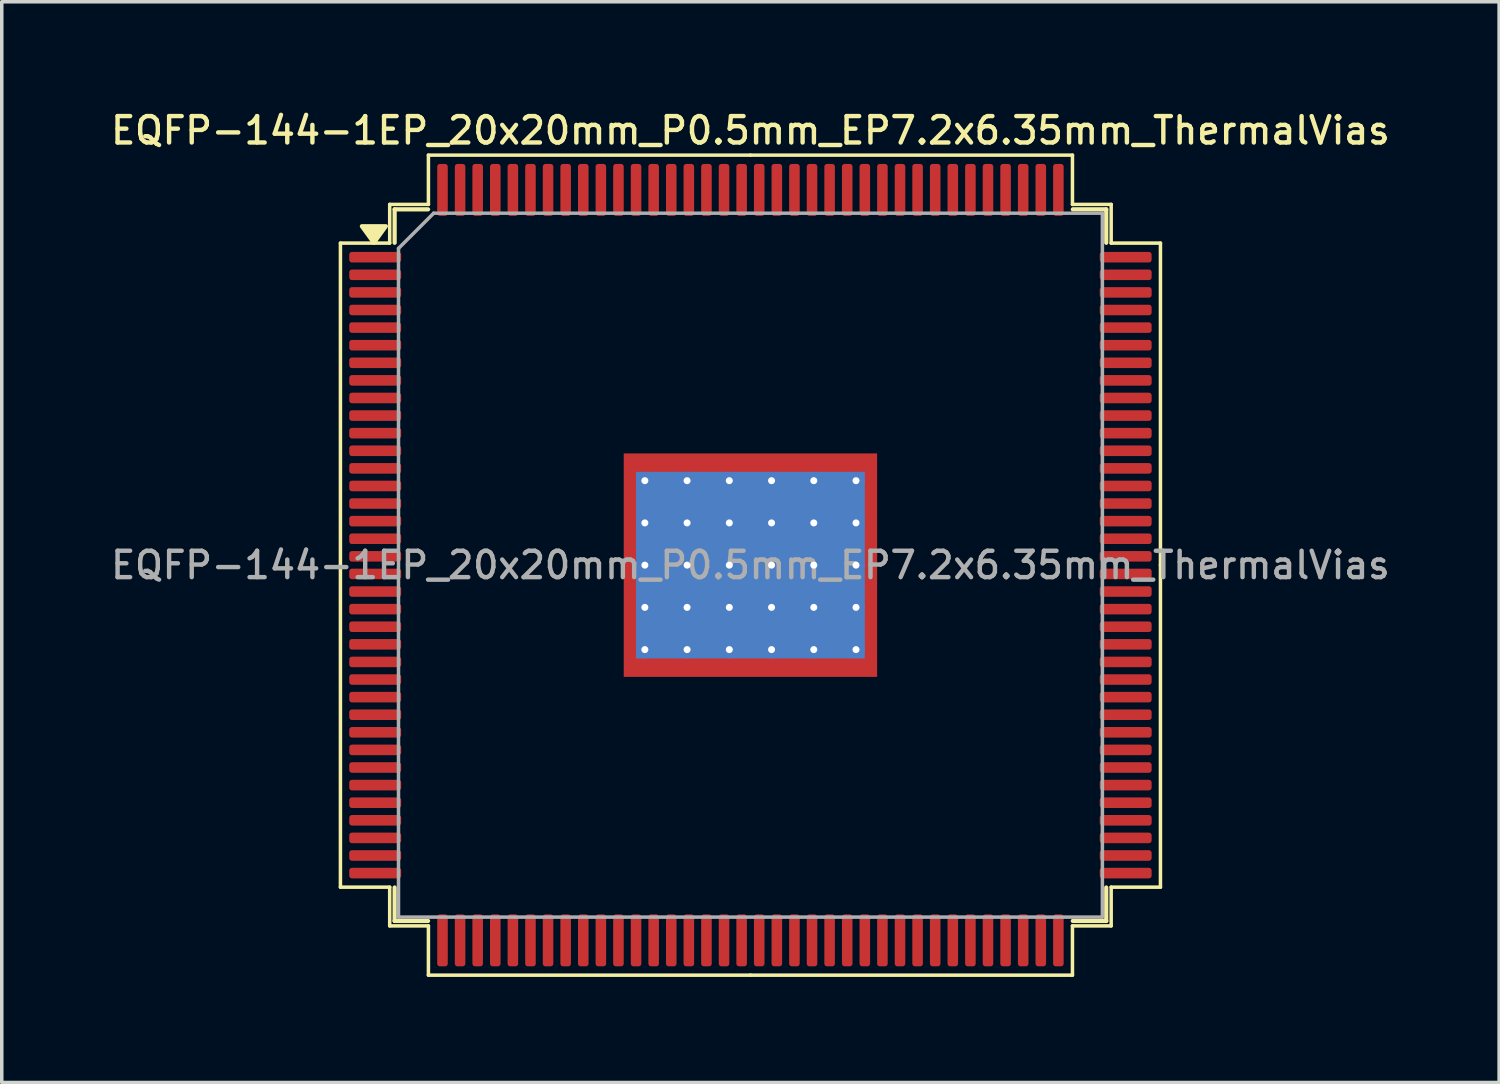
<source format=kicad_pcb>
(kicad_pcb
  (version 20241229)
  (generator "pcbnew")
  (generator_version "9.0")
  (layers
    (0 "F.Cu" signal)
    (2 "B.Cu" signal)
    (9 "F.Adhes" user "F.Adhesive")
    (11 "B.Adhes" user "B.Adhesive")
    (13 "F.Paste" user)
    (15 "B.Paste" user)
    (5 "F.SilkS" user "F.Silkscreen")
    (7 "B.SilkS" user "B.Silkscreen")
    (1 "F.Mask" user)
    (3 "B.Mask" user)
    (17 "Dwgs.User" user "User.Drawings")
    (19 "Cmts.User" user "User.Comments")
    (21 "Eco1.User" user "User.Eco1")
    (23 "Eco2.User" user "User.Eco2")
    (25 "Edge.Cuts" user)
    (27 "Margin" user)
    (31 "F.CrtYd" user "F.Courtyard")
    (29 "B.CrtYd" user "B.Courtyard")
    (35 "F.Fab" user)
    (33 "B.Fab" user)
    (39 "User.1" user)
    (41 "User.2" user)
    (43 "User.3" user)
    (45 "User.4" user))
  (footprint "EQFP-144-1EP_20x20mm_P0.5mm_EP7.2x6.35mm_ThermalVias"
    (layer "F.Cu")
    (at 18.273 13.008)
    (property "Reference" "EQFP-144-1EP_20x20mm_P0.5mm_EP7.2x6.35mm_ThermalVias" (at 0 -12.35 0) (layer "F.SilkS") (effects (font (size 0.75 0.75) (thickness 0.125))))
    (attr smd)
    (fp_line (start -11.65 -9.15) (end -11.65 0) (stroke (width 0.1) (type solid)) (layer "F.SilkS"))
    (fp_line (start -11.65 9.15) (end -11.65 0) (stroke (width 0.1) (type solid)) (layer "F.SilkS"))
    (fp_line (start -10.25 -10.25) (end -10.25 -9.15) (stroke (width 0.1) (type solid)) (layer "F.SilkS"))
    (fp_line (start -10.25 -9.15) (end -11.65 -9.15) (stroke (width 0.1) (type solid)) (layer "F.SilkS"))
    (fp_line (start -10.25 9.15) (end -11.65 9.15) (stroke (width 0.1) (type solid)) (layer "F.SilkS"))
    (fp_line (start -10.25 10.25) (end -10.25 9.15) (stroke (width 0.1) (type solid)) (layer "F.SilkS"))
    (fp_line (start -10.11 -10.11) (end -10.11 -9.16) (stroke (width 0.12) (type solid)) (layer "F.SilkS"))
    (fp_line (start -10.11 10.11) (end -10.11 9.16) (stroke (width 0.12) (type solid)) (layer "F.SilkS"))
    (fp_line (start -9.16 -10.11) (end -10.11 -10.11) (stroke (width 0.12) (type solid)) (layer "F.SilkS"))
    (fp_line (start -9.16 10.11) (end -10.11 10.11) (stroke (width 0.12) (type solid)) (layer "F.SilkS"))
    (fp_line (start -9.15 -11.65) (end -9.15 -10.25) (stroke (width 0.1) (type solid)) (layer "F.SilkS"))
    (fp_line (start -9.15 -10.25) (end -10.25 -10.25) (stroke (width 0.1) (type solid)) (layer "F.SilkS"))
    (fp_line (start -9.15 10.25) (end -10.25 10.25) (stroke (width 0.1) (type solid)) (layer "F.SilkS"))
    (fp_line (start -9.15 11.65) (end -9.15 10.25) (stroke (width 0.1) (type solid)) (layer "F.SilkS"))
    (fp_line (start 0 -11.65) (end -9.15 -11.65) (stroke (width 0.1) (type solid)) (layer "F.SilkS"))
    (fp_line (start 0 -11.65) (end 9.15 -11.65) (stroke (width 0.1) (type solid)) (layer "F.SilkS"))
    (fp_line (start 0 11.65) (end -9.15 11.65) (stroke (width 0.1) (type solid)) (layer "F.SilkS"))
    (fp_line (start 0 11.65) (end 9.15 11.65) (stroke (width 0.1) (type solid)) (layer "F.SilkS"))
    (fp_line (start 9.15 -11.65) (end 9.15 -10.25) (stroke (width 0.1) (type solid)) (layer "F.SilkS"))
    (fp_line (start 9.15 -10.25) (end 10.25 -10.25) (stroke (width 0.1) (type solid)) (layer "F.SilkS"))
    (fp_line (start 9.15 10.25) (end 10.25 10.25) (stroke (width 0.1) (type solid)) (layer "F.SilkS"))
    (fp_line (start 9.15 11.65) (end 9.15 10.25) (stroke (width 0.1) (type solid)) (layer "F.SilkS"))
    (fp_line (start 9.16 -10.11) (end 10.11 -10.11) (stroke (width 0.12) (type solid)) (layer "F.SilkS"))
    (fp_line (start 9.16 10.11) (end 10.11 10.11) (stroke (width 0.12) (type solid)) (layer "F.SilkS"))
    (fp_line (start 10.11 -10.11) (end 10.11 -9.16) (stroke (width 0.12) (type solid)) (layer "F.SilkS"))
    (fp_line (start 10.11 10.11) (end 10.11 9.16) (stroke (width 0.12) (type solid)) (layer "F.SilkS"))
    (fp_line (start 10.25 -10.25) (end 10.25 -9.15) (stroke (width 0.1) (type solid)) (layer "F.SilkS"))
    (fp_line (start 10.25 -9.15) (end 11.65 -9.15) (stroke (width 0.1) (type solid)) (layer "F.SilkS"))
    (fp_line (start 10.25 9.15) (end 11.65 9.15) (stroke (width 0.1) (type solid)) (layer "F.SilkS"))
    (fp_line (start 10.25 10.25) (end 10.25 9.15) (stroke (width 0.1) (type solid)) (layer "F.SilkS"))
    (fp_line (start 11.65 -9.15) (end 11.65 0) (stroke (width 0.1) (type solid)) (layer "F.SilkS"))
    (fp_line (start 11.65 9.15) (end 11.65 0) (stroke (width 0.1) (type solid)) (layer "F.SilkS"))
    (fp_poly (pts (xy -10.7 -9.16) (xy -11.04 -9.63) (xy -10.36 -9.63) (xy -10.7 -9.16)) (stroke (width 0.12) (type solid)) (fill yes) (layer "F.SilkS"))
    (fp_line (start -10 -9) (end -9 -10) (stroke (width 0.1) (type solid)) (layer "F.Fab"))
    (fp_line (start -10 10) (end -10 -9) (stroke (width 0.1) (type solid)) (layer "F.Fab"))
    (fp_line (start -9 -10) (end 10 -10) (stroke (width 0.1) (type solid)) (layer "F.Fab"))
    (fp_line (start 10 -10) (end 10 10) (stroke (width 0.1) (type solid)) (layer "F.Fab"))
    (fp_line (start 10 10) (end -10 10) (stroke (width 0.1) (type solid)) (layer "F.Fab"))
    (fp_text user "${REFERENCE}" (at 0 0 0) (layer "F.Fab") (effects (font (size 0.75 0.75) (thickness 0.125))))
    (pad "" smd custom (at -3.3 -2.788) (size 0.378 0.378) (layers "F.Paste") (options (anchor circle)) (primitives (gr_poly (pts (xy -0.136 -0.207) (xy 0.136 -0.207) (xy 0.136 0.119) (xy 0.048 0.207) (xy -0.136 0.207)) (width 0.212) (fill yes))))
    (pad "" smd custom (at -3.3 -1.8) (size 0.407 0.407) (layers "F.Paste") (options (anchor circle)) (primitives (gr_poly (pts (xy -0.165 -0.407) (xy 0.102 -0.407) (xy 0.165 -0.344) (xy 0.165 0.344) (xy 0.102 0.407) (xy -0.165 0.407)) (width 0.153) (fill yes))))
    (pad "" smd custom (at -3.3 -0.6) (size 0.407 0.407) (layers "F.Paste") (options (anchor circle)) (primitives (gr_poly (pts (xy -0.165 -0.407) (xy 0.102 -0.407) (xy 0.165 -0.344) (xy 0.165 0.344) (xy 0.102 0.407) (xy -0.165 0.407)) (width 0.153) (fill yes))))
    (pad "" smd custom (at -3.3 0.6) (size 0.407 0.407) (layers "F.Paste") (options (anchor circle)) (primitives (gr_poly (pts (xy -0.165 -0.407) (xy 0.102 -0.407) (xy 0.165 -0.344) (xy 0.165 0.344) (xy 0.102 0.407) (xy -0.165 0.407)) (width 0.153) (fill yes))))
    (pad "" smd custom (at -3.3 1.8) (size 0.407 0.407) (layers "F.Paste") (options (anchor circle)) (primitives (gr_poly (pts (xy -0.165 -0.407) (xy 0.102 -0.407) (xy 0.165 -0.344) (xy 0.165 0.344) (xy 0.102 0.407) (xy -0.165 0.407)) (width 0.153) (fill yes))))
    (pad "" smd custom (at -3.3 2.788) (size 0.378 0.378) (layers "F.Paste") (options (anchor circle)) (primitives (gr_poly (pts (xy -0.136 -0.207) (xy 0.048 -0.207) (xy 0.136 -0.119) (xy 0.136 0.207) (xy -0.136 0.207)) (width 0.212) (fill yes))))
    (pad "" smd roundrect (at -2.4 -2.788) (size 0.967 0.625) (layers "F.Paste") (roundrect_rratio 0.25))
    (pad "" smd roundrect (at -2.4 -1.8) (size 0.967 0.967) (layers "F.Paste") (roundrect_rratio 0.25))
    (pad "" smd roundrect (at -2.4 -0.6) (size 0.967 0.967) (layers "F.Paste") (roundrect_rratio 0.25))
    (pad "" smd roundrect (at -2.4 0.6) (size 0.967 0.967) (layers "F.Paste") (roundrect_rratio 0.25))
    (pad "" smd roundrect (at -2.4 1.8) (size 0.967 0.967) (layers "F.Paste") (roundrect_rratio 0.25))
    (pad "" smd roundrect (at -2.4 2.788) (size 0.967 0.625) (layers "F.Paste") (roundrect_rratio 0.25))
    (pad "" smd roundrect (at -1.2 -2.788) (size 0.967 0.625) (layers "F.Paste") (roundrect_rratio 0.25))
    (pad "" smd roundrect (at -1.2 -1.8) (size 0.967 0.967) (layers "F.Paste") (roundrect_rratio 0.25))
    (pad "" smd roundrect (at -1.2 -0.6) (size 0.967 0.967) (layers "F.Paste") (roundrect_rratio 0.25))
    (pad "" smd roundrect (at -1.2 0.6) (size 0.967 0.967) (layers "F.Paste") (roundrect_rratio 0.25))
    (pad "" smd roundrect (at -1.2 1.8) (size 0.967 0.967) (layers "F.Paste") (roundrect_rratio 0.25))
    (pad "" smd roundrect (at -1.2 2.788) (size 0.967 0.625) (layers "F.Paste") (roundrect_rratio 0.25))
    (pad "" smd roundrect (at 0 -2.788) (size 0.967 0.625) (layers "F.Paste") (roundrect_rratio 0.25))
    (pad "" smd roundrect (at 0 -1.8) (size 0.967 0.967) (layers "F.Paste") (roundrect_rratio 0.25))
    (pad "" smd roundrect (at 0 -0.6) (size 0.967 0.967) (layers "F.Paste") (roundrect_rratio 0.25))
    (pad "" smd roundrect (at 0 0.6) (size 0.967 0.967) (layers "F.Paste") (roundrect_rratio 0.25))
    (pad "" smd roundrect (at 0 1.8) (size 0.967 0.967) (layers "F.Paste") (roundrect_rratio 0.25))
    (pad "" smd roundrect (at 0 2.788) (size 0.967 0.625) (layers "F.Paste") (roundrect_rratio 0.25))
    (pad "" smd roundrect (at 1.2 -2.788) (size 0.967 0.625) (layers "F.Paste") (roundrect_rratio 0.25))
    (pad "" smd roundrect (at 1.2 -1.8) (size 0.967 0.967) (layers "F.Paste") (roundrect_rratio 0.25))
    (pad "" smd roundrect (at 1.2 -0.6) (size 0.967 0.967) (layers "F.Paste") (roundrect_rratio 0.25))
    (pad "" smd roundrect (at 1.2 0.6) (size 0.967 0.967) (layers "F.Paste") (roundrect_rratio 0.25))
    (pad "" smd roundrect (at 1.2 1.8) (size 0.967 0.967) (layers "F.Paste") (roundrect_rratio 0.25))
    (pad "" smd roundrect (at 1.2 2.788) (size 0.967 0.625) (layers "F.Paste") (roundrect_rratio 0.25))
    (pad "" smd roundrect (at 2.4 -2.788) (size 0.967 0.625) (layers "F.Paste") (roundrect_rratio 0.25))
    (pad "" smd roundrect (at 2.4 -1.8) (size 0.967 0.967) (layers "F.Paste") (roundrect_rratio 0.25))
    (pad "" smd roundrect (at 2.4 -0.6) (size 0.967 0.967) (layers "F.Paste") (roundrect_rratio 0.25))
    (pad "" smd roundrect (at 2.4 0.6) (size 0.967 0.967) (layers "F.Paste") (roundrect_rratio 0.25))
    (pad "" smd roundrect (at 2.4 1.8) (size 0.967 0.967) (layers "F.Paste") (roundrect_rratio 0.25))
    (pad "" smd roundrect (at 2.4 2.788) (size 0.967 0.625) (layers "F.Paste") (roundrect_rratio 0.25))
    (pad "" smd custom (at 3.3 -2.788) (size 0.378 0.378) (layers "F.Paste") (options (anchor circle)) (primitives (gr_poly (pts (xy -0.136 -0.207) (xy 0.136 -0.207) (xy 0.136 0.207) (xy -0.048 0.207) (xy -0.136 0.119)) (width 0.212) (fill yes))))
    (pad "" smd custom (at 3.3 -1.8) (size 0.407 0.407) (layers "F.Paste") (options (anchor circle)) (primitives (gr_poly (pts (xy -0.165 -0.344) (xy -0.102 -0.407) (xy 0.165 -0.407) (xy 0.165 0.407) (xy -0.102 0.407) (xy -0.165 0.344)) (width 0.153) (fill yes))))
    (pad "" smd custom (at 3.3 -0.6) (size 0.407 0.407) (layers "F.Paste") (options (anchor circle)) (primitives (gr_poly (pts (xy -0.165 -0.344) (xy -0.102 -0.407) (xy 0.165 -0.407) (xy 0.165 0.407) (xy -0.102 0.407) (xy -0.165 0.344)) (width 0.153) (fill yes))))
    (pad "" smd custom (at 3.3 0.6) (size 0.407 0.407) (layers "F.Paste") (options (anchor circle)) (primitives (gr_poly (pts (xy -0.165 -0.344) (xy -0.102 -0.407) (xy 0.165 -0.407) (xy 0.165 0.407) (xy -0.102 0.407) (xy -0.165 0.344)) (width 0.153) (fill yes))))
    (pad "" smd custom (at 3.3 1.8) (size 0.407 0.407) (layers "F.Paste") (options (anchor circle)) (primitives (gr_poly (pts (xy -0.165 -0.344) (xy -0.102 -0.407) (xy 0.165 -0.407) (xy 0.165 0.407) (xy -0.102 0.407) (xy -0.165 0.344)) (width 0.153) (fill yes))))
    (pad "" smd custom (at 3.3 2.788) (size 0.378 0.378) (layers "F.Paste") (options (anchor circle)) (primitives (gr_poly (pts (xy -0.136 -0.119) (xy -0.048 -0.207) (xy 0.136 -0.207) (xy 0.136 0.207) (xy -0.136 0.207)) (width 0.212) (fill yes))))
    (pad "1" smd roundrect (at -10.662 -8.75) (size 1.475 0.3) (layers "F.Cu" "F.Mask" "F.Paste") (roundrect_rratio 0.25))
    (pad "2" smd roundrect (at -10.662 -8.25) (size 1.475 0.3) (layers "F.Cu" "F.Mask" "F.Paste") (roundrect_rratio 0.25))
    (pad "3" smd roundrect (at -10.662 -7.75) (size 1.475 0.3) (layers "F.Cu" "F.Mask" "F.Paste") (roundrect_rratio 0.25))
    (pad "4" smd roundrect (at -10.662 -7.25) (size 1.475 0.3) (layers "F.Cu" "F.Mask" "F.Paste") (roundrect_rratio 0.25))
    (pad "5" smd roundrect (at -10.662 -6.75) (size 1.475 0.3) (layers "F.Cu" "F.Mask" "F.Paste") (roundrect_rratio 0.25))
    (pad "6" smd roundrect (at -10.662 -6.25) (size 1.475 0.3) (layers "F.Cu" "F.Mask" "F.Paste") (roundrect_rratio 0.25))
    (pad "7" smd roundrect (at -10.662 -5.75) (size 1.475 0.3) (layers "F.Cu" "F.Mask" "F.Paste") (roundrect_rratio 0.25))
    (pad "8" smd roundrect (at -10.662 -5.25) (size 1.475 0.3) (layers "F.Cu" "F.Mask" "F.Paste") (roundrect_rratio 0.25))
    (pad "9" smd roundrect (at -10.662 -4.75) (size 1.475 0.3) (layers "F.Cu" "F.Mask" "F.Paste") (roundrect_rratio 0.25))
    (pad "10" smd roundrect (at -10.662 -4.25) (size 1.475 0.3) (layers "F.Cu" "F.Mask" "F.Paste") (roundrect_rratio 0.25))
    (pad "11" smd roundrect (at -10.662 -3.75) (size 1.475 0.3) (layers "F.Cu" "F.Mask" "F.Paste") (roundrect_rratio 0.25))
    (pad "12" smd roundrect (at -10.662 -3.25) (size 1.475 0.3) (layers "F.Cu" "F.Mask" "F.Paste") (roundrect_rratio 0.25))
    (pad "13" smd roundrect (at -10.662 -2.75) (size 1.475 0.3) (layers "F.Cu" "F.Mask" "F.Paste") (roundrect_rratio 0.25))
    (pad "14" smd roundrect (at -10.662 -2.25) (size 1.475 0.3) (layers "F.Cu" "F.Mask" "F.Paste") (roundrect_rratio 0.25))
    (pad "15" smd roundrect (at -10.662 -1.75) (size 1.475 0.3) (layers "F.Cu" "F.Mask" "F.Paste") (roundrect_rratio 0.25))
    (pad "16" smd roundrect (at -10.662 -1.25) (size 1.475 0.3) (layers "F.Cu" "F.Mask" "F.Paste") (roundrect_rratio 0.25))
    (pad "17" smd roundrect (at -10.662 -0.75) (size 1.475 0.3) (layers "F.Cu" "F.Mask" "F.Paste") (roundrect_rratio 0.25))
    (pad "18" smd roundrect (at -10.662 -0.25) (size 1.475 0.3) (layers "F.Cu" "F.Mask" "F.Paste") (roundrect_rratio 0.25))
    (pad "19" smd roundrect (at -10.662 0.25) (size 1.475 0.3) (layers "F.Cu" "F.Mask" "F.Paste") (roundrect_rratio 0.25))
    (pad "20" smd roundrect (at -10.662 0.75) (size 1.475 0.3) (layers "F.Cu" "F.Mask" "F.Paste") (roundrect_rratio 0.25))
    (pad "21" smd roundrect (at -10.662 1.25) (size 1.475 0.3) (layers "F.Cu" "F.Mask" "F.Paste") (roundrect_rratio 0.25))
    (pad "22" smd roundrect (at -10.662 1.75) (size 1.475 0.3) (layers "F.Cu" "F.Mask" "F.Paste") (roundrect_rratio 0.25))
    (pad "23" smd roundrect (at -10.662 2.25) (size 1.475 0.3) (layers "F.Cu" "F.Mask" "F.Paste") (roundrect_rratio 0.25))
    (pad "24" smd roundrect (at -10.662 2.75) (size 1.475 0.3) (layers "F.Cu" "F.Mask" "F.Paste") (roundrect_rratio 0.25))
    (pad "25" smd roundrect (at -10.662 3.25) (size 1.475 0.3) (layers "F.Cu" "F.Mask" "F.Paste") (roundrect_rratio 0.25))
    (pad "26" smd roundrect (at -10.662 3.75) (size 1.475 0.3) (layers "F.Cu" "F.Mask" "F.Paste") (roundrect_rratio 0.25))
    (pad "27" smd roundrect (at -10.662 4.25) (size 1.475 0.3) (layers "F.Cu" "F.Mask" "F.Paste") (roundrect_rratio 0.25))
    (pad "28" smd roundrect (at -10.662 4.75) (size 1.475 0.3) (layers "F.Cu" "F.Mask" "F.Paste") (roundrect_rratio 0.25))
    (pad "29" smd roundrect (at -10.662 5.25) (size 1.475 0.3) (layers "F.Cu" "F.Mask" "F.Paste") (roundrect_rratio 0.25))
    (pad "30" smd roundrect (at -10.662 5.75) (size 1.475 0.3) (layers "F.Cu" "F.Mask" "F.Paste") (roundrect_rratio 0.25))
    (pad "31" smd roundrect (at -10.662 6.25) (size 1.475 0.3) (layers "F.Cu" "F.Mask" "F.Paste") (roundrect_rratio 0.25))
    (pad "32" smd roundrect (at -10.662 6.75) (size 1.475 0.3) (layers "F.Cu" "F.Mask" "F.Paste") (roundrect_rratio 0.25))
    (pad "33" smd roundrect (at -10.662 7.25) (size 1.475 0.3) (layers "F.Cu" "F.Mask" "F.Paste") (roundrect_rratio 0.25))
    (pad "34" smd roundrect (at -10.662 7.75) (size 1.475 0.3) (layers "F.Cu" "F.Mask" "F.Paste") (roundrect_rratio 0.25))
    (pad "35" smd roundrect (at -10.662 8.25) (size 1.475 0.3) (layers "F.Cu" "F.Mask" "F.Paste") (roundrect_rratio 0.25))
    (pad "36" smd roundrect (at -10.662 8.75) (size 1.475 0.3) (layers "F.Cu" "F.Mask" "F.Paste") (roundrect_rratio 0.25))
    (pad "37" smd roundrect (at -8.75 10.662) (size 0.3 1.475) (layers "F.Cu" "F.Mask" "F.Paste") (roundrect_rratio 0.25))
    (pad "38" smd roundrect (at -8.25 10.662) (size 0.3 1.475) (layers "F.Cu" "F.Mask" "F.Paste") (roundrect_rratio 0.25))
    (pad "39" smd roundrect (at -7.75 10.662) (size 0.3 1.475) (layers "F.Cu" "F.Mask" "F.Paste") (roundrect_rratio 0.25))
    (pad "40" smd roundrect (at -7.25 10.662) (size 0.3 1.475) (layers "F.Cu" "F.Mask" "F.Paste") (roundrect_rratio 0.25))
    (pad "41" smd roundrect (at -6.75 10.662) (size 0.3 1.475) (layers "F.Cu" "F.Mask" "F.Paste") (roundrect_rratio 0.25))
    (pad "42" smd roundrect (at -6.25 10.662) (size 0.3 1.475) (layers "F.Cu" "F.Mask" "F.Paste") (roundrect_rratio 0.25))
    (pad "43" smd roundrect (at -5.75 10.662) (size 0.3 1.475) (layers "F.Cu" "F.Mask" "F.Paste") (roundrect_rratio 0.25))
    (pad "44" smd roundrect (at -5.25 10.662) (size 0.3 1.475) (layers "F.Cu" "F.Mask" "F.Paste") (roundrect_rratio 0.25))
    (pad "45" smd roundrect (at -4.75 10.662) (size 0.3 1.475) (layers "F.Cu" "F.Mask" "F.Paste") (roundrect_rratio 0.25))
    (pad "46" smd roundrect (at -4.25 10.662) (size 0.3 1.475) (layers "F.Cu" "F.Mask" "F.Paste") (roundrect_rratio 0.25))
    (pad "47" smd roundrect (at -3.75 10.662) (size 0.3 1.475) (layers "F.Cu" "F.Mask" "F.Paste") (roundrect_rratio 0.25))
    (pad "48" smd roundrect (at -3.25 10.662) (size 0.3 1.475) (layers "F.Cu" "F.Mask" "F.Paste") (roundrect_rratio 0.25))
    (pad "49" smd roundrect (at -2.75 10.662) (size 0.3 1.475) (layers "F.Cu" "F.Mask" "F.Paste") (roundrect_rratio 0.25))
    (pad "50" smd roundrect (at -2.25 10.662) (size 0.3 1.475) (layers "F.Cu" "F.Mask" "F.Paste") (roundrect_rratio 0.25))
    (pad "51" smd roundrect (at -1.75 10.662) (size 0.3 1.475) (layers "F.Cu" "F.Mask" "F.Paste") (roundrect_rratio 0.25))
    (pad "52" smd roundrect (at -1.25 10.662) (size 0.3 1.475) (layers "F.Cu" "F.Mask" "F.Paste") (roundrect_rratio 0.25))
    (pad "53" smd roundrect (at -0.75 10.662) (size 0.3 1.475) (layers "F.Cu" "F.Mask" "F.Paste") (roundrect_rratio 0.25))
    (pad "54" smd roundrect (at -0.25 10.662) (size 0.3 1.475) (layers "F.Cu" "F.Mask" "F.Paste") (roundrect_rratio 0.25))
    (pad "55" smd roundrect (at 0.25 10.662) (size 0.3 1.475) (layers "F.Cu" "F.Mask" "F.Paste") (roundrect_rratio 0.25))
    (pad "56" smd roundrect (at 0.75 10.662) (size 0.3 1.475) (layers "F.Cu" "F.Mask" "F.Paste") (roundrect_rratio 0.25))
    (pad "57" smd roundrect (at 1.25 10.662) (size 0.3 1.475) (layers "F.Cu" "F.Mask" "F.Paste") (roundrect_rratio 0.25))
    (pad "58" smd roundrect (at 1.75 10.662) (size 0.3 1.475) (layers "F.Cu" "F.Mask" "F.Paste") (roundrect_rratio 0.25))
    (pad "59" smd roundrect (at 2.25 10.662) (size 0.3 1.475) (layers "F.Cu" "F.Mask" "F.Paste") (roundrect_rratio 0.25))
    (pad "60" smd roundrect (at 2.75 10.662) (size 0.3 1.475) (layers "F.Cu" "F.Mask" "F.Paste") (roundrect_rratio 0.25))
    (pad "61" smd roundrect (at 3.25 10.662) (size 0.3 1.475) (layers "F.Cu" "F.Mask" "F.Paste") (roundrect_rratio 0.25))
    (pad "62" smd roundrect (at 3.75 10.662) (size 0.3 1.475) (layers "F.Cu" "F.Mask" "F.Paste") (roundrect_rratio 0.25))
    (pad "63" smd roundrect (at 4.25 10.662) (size 0.3 1.475) (layers "F.Cu" "F.Mask" "F.Paste") (roundrect_rratio 0.25))
    (pad "64" smd roundrect (at 4.75 10.662) (size 0.3 1.475) (layers "F.Cu" "F.Mask" "F.Paste") (roundrect_rratio 0.25))
    (pad "65" smd roundrect (at 5.25 10.662) (size 0.3 1.475) (layers "F.Cu" "F.Mask" "F.Paste") (roundrect_rratio 0.25))
    (pad "66" smd roundrect (at 5.75 10.662) (size 0.3 1.475) (layers "F.Cu" "F.Mask" "F.Paste") (roundrect_rratio 0.25))
    (pad "67" smd roundrect (at 6.25 10.662) (size 0.3 1.475) (layers "F.Cu" "F.Mask" "F.Paste") (roundrect_rratio 0.25))
    (pad "68" smd roundrect (at 6.75 10.662) (size 0.3 1.475) (layers "F.Cu" "F.Mask" "F.Paste") (roundrect_rratio 0.25))
    (pad "69" smd roundrect (at 7.25 10.662) (size 0.3 1.475) (layers "F.Cu" "F.Mask" "F.Paste") (roundrect_rratio 0.25))
    (pad "70" smd roundrect (at 7.75 10.662) (size 0.3 1.475) (layers "F.Cu" "F.Mask" "F.Paste") (roundrect_rratio 0.25))
    (pad "71" smd roundrect (at 8.25 10.662) (size 0.3 1.475) (layers "F.Cu" "F.Mask" "F.Paste") (roundrect_rratio 0.25))
    (pad "72" smd roundrect (at 8.75 10.662) (size 0.3 1.475) (layers "F.Cu" "F.Mask" "F.Paste") (roundrect_rratio 0.25))
    (pad "73" smd roundrect (at 10.662 8.75) (size 1.475 0.3) (layers "F.Cu" "F.Mask" "F.Paste") (roundrect_rratio 0.25))
    (pad "74" smd roundrect (at 10.662 8.25) (size 1.475 0.3) (layers "F.Cu" "F.Mask" "F.Paste") (roundrect_rratio 0.25))
    (pad "75" smd roundrect (at 10.662 7.75) (size 1.475 0.3) (layers "F.Cu" "F.Mask" "F.Paste") (roundrect_rratio 0.25))
    (pad "76" smd roundrect (at 10.662 7.25) (size 1.475 0.3) (layers "F.Cu" "F.Mask" "F.Paste") (roundrect_rratio 0.25))
    (pad "77" smd roundrect (at 10.662 6.75) (size 1.475 0.3) (layers "F.Cu" "F.Mask" "F.Paste") (roundrect_rratio 0.25))
    (pad "78" smd roundrect (at 10.662 6.25) (size 1.475 0.3) (layers "F.Cu" "F.Mask" "F.Paste") (roundrect_rratio 0.25))
    (pad "79" smd roundrect (at 10.662 5.75) (size 1.475 0.3) (layers "F.Cu" "F.Mask" "F.Paste") (roundrect_rratio 0.25))
    (pad "80" smd roundrect (at 10.662 5.25) (size 1.475 0.3) (layers "F.Cu" "F.Mask" "F.Paste") (roundrect_rratio 0.25))
    (pad "81" smd roundrect (at 10.662 4.75) (size 1.475 0.3) (layers "F.Cu" "F.Mask" "F.Paste") (roundrect_rratio 0.25))
    (pad "82" smd roundrect (at 10.662 4.25) (size 1.475 0.3) (layers "F.Cu" "F.Mask" "F.Paste") (roundrect_rratio 0.25))
    (pad "83" smd roundrect (at 10.662 3.75) (size 1.475 0.3) (layers "F.Cu" "F.Mask" "F.Paste") (roundrect_rratio 0.25))
    (pad "84" smd roundrect (at 10.662 3.25) (size 1.475 0.3) (layers "F.Cu" "F.Mask" "F.Paste") (roundrect_rratio 0.25))
    (pad "85" smd roundrect (at 10.662 2.75) (size 1.475 0.3) (layers "F.Cu" "F.Mask" "F.Paste") (roundrect_rratio 0.25))
    (pad "86" smd roundrect (at 10.662 2.25) (size 1.475 0.3) (layers "F.Cu" "F.Mask" "F.Paste") (roundrect_rratio 0.25))
    (pad "87" smd roundrect (at 10.662 1.75) (size 1.475 0.3) (layers "F.Cu" "F.Mask" "F.Paste") (roundrect_rratio 0.25))
    (pad "88" smd roundrect (at 10.662 1.25) (size 1.475 0.3) (layers "F.Cu" "F.Mask" "F.Paste") (roundrect_rratio 0.25))
    (pad "89" smd roundrect (at 10.662 0.75) (size 1.475 0.3) (layers "F.Cu" "F.Mask" "F.Paste") (roundrect_rratio 0.25))
    (pad "90" smd roundrect (at 10.662 0.25) (size 1.475 0.3) (layers "F.Cu" "F.Mask" "F.Paste") (roundrect_rratio 0.25))
    (pad "91" smd roundrect (at 10.662 -0.25) (size 1.475 0.3) (layers "F.Cu" "F.Mask" "F.Paste") (roundrect_rratio 0.25))
    (pad "92" smd roundrect (at 10.662 -0.75) (size 1.475 0.3) (layers "F.Cu" "F.Mask" "F.Paste") (roundrect_rratio 0.25))
    (pad "93" smd roundrect (at 10.662 -1.25) (size 1.475 0.3) (layers "F.Cu" "F.Mask" "F.Paste") (roundrect_rratio 0.25))
    (pad "94" smd roundrect (at 10.662 -1.75) (size 1.475 0.3) (layers "F.Cu" "F.Mask" "F.Paste") (roundrect_rratio 0.25))
    (pad "95" smd roundrect (at 10.662 -2.25) (size 1.475 0.3) (layers "F.Cu" "F.Mask" "F.Paste") (roundrect_rratio 0.25))
    (pad "96" smd roundrect (at 10.662 -2.75) (size 1.475 0.3) (layers "F.Cu" "F.Mask" "F.Paste") (roundrect_rratio 0.25))
    (pad "97" smd roundrect (at 10.662 -3.25) (size 1.475 0.3) (layers "F.Cu" "F.Mask" "F.Paste") (roundrect_rratio 0.25))
    (pad "98" smd roundrect (at 10.662 -3.75) (size 1.475 0.3) (layers "F.Cu" "F.Mask" "F.Paste") (roundrect_rratio 0.25))
    (pad "99" smd roundrect (at 10.662 -4.25) (size 1.475 0.3) (layers "F.Cu" "F.Mask" "F.Paste") (roundrect_rratio 0.25))
    (pad "100" smd roundrect (at 10.662 -4.75) (size 1.475 0.3) (layers "F.Cu" "F.Mask" "F.Paste") (roundrect_rratio 0.25))
    (pad "101" smd roundrect (at 10.662 -5.25) (size 1.475 0.3) (layers "F.Cu" "F.Mask" "F.Paste") (roundrect_rratio 0.25))
    (pad "102" smd roundrect (at 10.662 -5.75) (size 1.475 0.3) (layers "F.Cu" "F.Mask" "F.Paste") (roundrect_rratio 0.25))
    (pad "103" smd roundrect (at 10.662 -6.25) (size 1.475 0.3) (layers "F.Cu" "F.Mask" "F.Paste") (roundrect_rratio 0.25))
    (pad "104" smd roundrect (at 10.662 -6.75) (size 1.475 0.3) (layers "F.Cu" "F.Mask" "F.Paste") (roundrect_rratio 0.25))
    (pad "105" smd roundrect (at 10.662 -7.25) (size 1.475 0.3) (layers "F.Cu" "F.Mask" "F.Paste") (roundrect_rratio 0.25))
    (pad "106" smd roundrect (at 10.662 -7.75) (size 1.475 0.3) (layers "F.Cu" "F.Mask" "F.Paste") (roundrect_rratio 0.25))
    (pad "107" smd roundrect (at 10.662 -8.25) (size 1.475 0.3) (layers "F.Cu" "F.Mask" "F.Paste") (roundrect_rratio 0.25))
    (pad "108" smd roundrect (at 10.662 -8.75) (size 1.475 0.3) (layers "F.Cu" "F.Mask" "F.Paste") (roundrect_rratio 0.25))
    (pad "109" smd roundrect (at 8.75 -10.662) (size 0.3 1.475) (layers "F.Cu" "F.Mask" "F.Paste") (roundrect_rratio 0.25))
    (pad "110" smd roundrect (at 8.25 -10.662) (size 0.3 1.475) (layers "F.Cu" "F.Mask" "F.Paste") (roundrect_rratio 0.25))
    (pad "111" smd roundrect (at 7.75 -10.662) (size 0.3 1.475) (layers "F.Cu" "F.Mask" "F.Paste") (roundrect_rratio 0.25))
    (pad "112" smd roundrect (at 7.25 -10.662) (size 0.3 1.475) (layers "F.Cu" "F.Mask" "F.Paste") (roundrect_rratio 0.25))
    (pad "113" smd roundrect (at 6.75 -10.662) (size 0.3 1.475) (layers "F.Cu" "F.Mask" "F.Paste") (roundrect_rratio 0.25))
    (pad "114" smd roundrect (at 6.25 -10.662) (size 0.3 1.475) (layers "F.Cu" "F.Mask" "F.Paste") (roundrect_rratio 0.25))
    (pad "115" smd roundrect (at 5.75 -10.662) (size 0.3 1.475) (layers "F.Cu" "F.Mask" "F.Paste") (roundrect_rratio 0.25))
    (pad "116" smd roundrect (at 5.25 -10.662) (size 0.3 1.475) (layers "F.Cu" "F.Mask" "F.Paste") (roundrect_rratio 0.25))
    (pad "117" smd roundrect (at 4.75 -10.662) (size 0.3 1.475) (layers "F.Cu" "F.Mask" "F.Paste") (roundrect_rratio 0.25))
    (pad "118" smd roundrect (at 4.25 -10.662) (size 0.3 1.475) (layers "F.Cu" "F.Mask" "F.Paste") (roundrect_rratio 0.25))
    (pad "119" smd roundrect (at 3.75 -10.662) (size 0.3 1.475) (layers "F.Cu" "F.Mask" "F.Paste") (roundrect_rratio 0.25))
    (pad "120" smd roundrect (at 3.25 -10.662) (size 0.3 1.475) (layers "F.Cu" "F.Mask" "F.Paste") (roundrect_rratio 0.25))
    (pad "121" smd roundrect (at 2.75 -10.662) (size 0.3 1.475) (layers "F.Cu" "F.Mask" "F.Paste") (roundrect_rratio 0.25))
    (pad "122" smd roundrect (at 2.25 -10.662) (size 0.3 1.475) (layers "F.Cu" "F.Mask" "F.Paste") (roundrect_rratio 0.25))
    (pad "123" smd roundrect (at 1.75 -10.662) (size 0.3 1.475) (layers "F.Cu" "F.Mask" "F.Paste") (roundrect_rratio 0.25))
    (pad "124" smd roundrect (at 1.25 -10.662) (size 0.3 1.475) (layers "F.Cu" "F.Mask" "F.Paste") (roundrect_rratio 0.25))
    (pad "125" smd roundrect (at 0.75 -10.662) (size 0.3 1.475) (layers "F.Cu" "F.Mask" "F.Paste") (roundrect_rratio 0.25))
    (pad "126" smd roundrect (at 0.25 -10.662) (size 0.3 1.475) (layers "F.Cu" "F.Mask" "F.Paste") (roundrect_rratio 0.25))
    (pad "127" smd roundrect (at -0.25 -10.662) (size 0.3 1.475) (layers "F.Cu" "F.Mask" "F.Paste") (roundrect_rratio 0.25))
    (pad "128" smd roundrect (at -0.75 -10.662) (size 0.3 1.475) (layers "F.Cu" "F.Mask" "F.Paste") (roundrect_rratio 0.25))
    (pad "129" smd roundrect (at -1.25 -10.662) (size 0.3 1.475) (layers "F.Cu" "F.Mask" "F.Paste") (roundrect_rratio 0.25))
    (pad "130" smd roundrect (at -1.75 -10.662) (size 0.3 1.475) (layers "F.Cu" "F.Mask" "F.Paste") (roundrect_rratio 0.25))
    (pad "131" smd roundrect (at -2.25 -10.662) (size 0.3 1.475) (layers "F.Cu" "F.Mask" "F.Paste") (roundrect_rratio 0.25))
    (pad "132" smd roundrect (at -2.75 -10.662) (size 0.3 1.475) (layers "F.Cu" "F.Mask" "F.Paste") (roundrect_rratio 0.25))
    (pad "133" smd roundrect (at -3.25 -10.662) (size 0.3 1.475) (layers "F.Cu" "F.Mask" "F.Paste") (roundrect_rratio 0.25))
    (pad "134" smd roundrect (at -3.75 -10.662) (size 0.3 1.475) (layers "F.Cu" "F.Mask" "F.Paste") (roundrect_rratio 0.25))
    (pad "135" smd roundrect (at -4.25 -10.662) (size 0.3 1.475) (layers "F.Cu" "F.Mask" "F.Paste") (roundrect_rratio 0.25))
    (pad "136" smd roundrect (at -4.75 -10.662) (size 0.3 1.475) (layers "F.Cu" "F.Mask" "F.Paste") (roundrect_rratio 0.25))
    (pad "137" smd roundrect (at -5.25 -10.662) (size 0.3 1.475) (layers "F.Cu" "F.Mask" "F.Paste") (roundrect_rratio 0.25))
    (pad "138" smd roundrect (at -5.75 -10.662) (size 0.3 1.475) (layers "F.Cu" "F.Mask" "F.Paste") (roundrect_rratio 0.25))
    (pad "139" smd roundrect (at -6.25 -10.662) (size 0.3 1.475) (layers "F.Cu" "F.Mask" "F.Paste") (roundrect_rratio 0.25))
    (pad "140" smd roundrect (at -6.75 -10.662) (size 0.3 1.475) (layers "F.Cu" "F.Mask" "F.Paste") (roundrect_rratio 0.25))
    (pad "141" smd roundrect (at -7.25 -10.662) (size 0.3 1.475) (layers "F.Cu" "F.Mask" "F.Paste") (roundrect_rratio 0.25))
    (pad "142" smd roundrect (at -7.75 -10.662) (size 0.3 1.475) (layers "F.Cu" "F.Mask" "F.Paste") (roundrect_rratio 0.25))
    (pad "143" smd roundrect (at -8.25 -10.662) (size 0.3 1.475) (layers "F.Cu" "F.Mask" "F.Paste") (roundrect_rratio 0.25))
    (pad "144" smd roundrect (at -8.75 -10.662) (size 0.3 1.475) (layers "F.Cu" "F.Mask" "F.Paste") (roundrect_rratio 0.25))
    (pad "145" thru_hole circle (at -3 -2.4) (size 0.5 0.5) (drill 0.2) (property pad_prop_heatsink) (layers "*.Cu"))
    (pad "145" thru_hole circle (at -3 -1.2) (size 0.5 0.5) (drill 0.2) (property pad_prop_heatsink) (layers "*.Cu"))
    (pad "145" thru_hole circle (at -3 0) (size 0.5 0.5) (drill 0.2) (property pad_prop_heatsink) (layers "*.Cu"))
    (pad "145" thru_hole circle (at -3 1.2) (size 0.5 0.5) (drill 0.2) (property pad_prop_heatsink) (layers "*.Cu"))
    (pad "145" thru_hole circle (at -3 2.4) (size 0.5 0.5) (drill 0.2) (property pad_prop_heatsink) (layers "*.Cu"))
    (pad "145" thru_hole circle (at -1.8 -2.4) (size 0.5 0.5) (drill 0.2) (property pad_prop_heatsink) (layers "*.Cu"))
    (pad "145" thru_hole circle (at -1.8 -1.2) (size 0.5 0.5) (drill 0.2) (property pad_prop_heatsink) (layers "*.Cu"))
    (pad "145" thru_hole circle (at -1.8 0) (size 0.5 0.5) (drill 0.2) (property pad_prop_heatsink) (layers "*.Cu"))
    (pad "145" thru_hole circle (at -1.8 1.2) (size 0.5 0.5) (drill 0.2) (property pad_prop_heatsink) (layers "*.Cu"))
    (pad "145" thru_hole circle (at -1.8 2.4) (size 0.5 0.5) (drill 0.2) (property pad_prop_heatsink) (layers "*.Cu"))
    (pad "145" thru_hole circle (at -0.6 -2.4) (size 0.5 0.5) (drill 0.2) (property pad_prop_heatsink) (layers "*.Cu"))
    (pad "145" thru_hole circle (at -0.6 -1.2) (size 0.5 0.5) (drill 0.2) (property pad_prop_heatsink) (layers "*.Cu"))
    (pad "145" thru_hole circle (at -0.6 0) (size 0.5 0.5) (drill 0.2) (property pad_prop_heatsink) (layers "*.Cu"))
    (pad "145" thru_hole circle (at -0.6 1.2) (size 0.5 0.5) (drill 0.2) (property pad_prop_heatsink) (layers "*.Cu"))
    (pad "145" thru_hole circle (at -0.6 2.4) (size 0.5 0.5) (drill 0.2) (property pad_prop_heatsink) (layers "*.Cu"))
    (pad "145" smd rect (at 0 0) (size 6.5 5.3) (property pad_prop_heatsink) (layers "B.Cu"))
    (pad "145" smd rect (at 0 0) (size 7.2 6.35) (property pad_prop_heatsink) (layers "F.Cu" "F.Mask"))
    (pad "145" thru_hole circle (at 0.6 -2.4) (size 0.5 0.5) (drill 0.2) (property pad_prop_heatsink) (layers "*.Cu"))
    (pad "145" thru_hole circle (at 0.6 -1.2) (size 0.5 0.5) (drill 0.2) (property pad_prop_heatsink) (layers "*.Cu"))
    (pad "145" thru_hole circle (at 0.6 0) (size 0.5 0.5) (drill 0.2) (property pad_prop_heatsink) (layers "*.Cu"))
    (pad "145" thru_hole circle (at 0.6 1.2) (size 0.5 0.5) (drill 0.2) (property pad_prop_heatsink) (layers "*.Cu"))
    (pad "145" thru_hole circle (at 0.6 2.4) (size 0.5 0.5) (drill 0.2) (property pad_prop_heatsink) (layers "*.Cu"))
    (pad "145" thru_hole circle (at 1.8 -2.4) (size 0.5 0.5) (drill 0.2) (property pad_prop_heatsink) (layers "*.Cu"))
    (pad "145" thru_hole circle (at 1.8 -1.2) (size 0.5 0.5) (drill 0.2) (property pad_prop_heatsink) (layers "*.Cu"))
    (pad "145" thru_hole circle (at 1.8 0) (size 0.5 0.5) (drill 0.2) (property pad_prop_heatsink) (layers "*.Cu"))
    (pad "145" thru_hole circle (at 1.8 1.2) (size 0.5 0.5) (drill 0.2) (property pad_prop_heatsink) (layers "*.Cu"))
    (pad "145" thru_hole circle (at 1.8 2.4) (size 0.5 0.5) (drill 0.2) (property pad_prop_heatsink) (layers "*.Cu"))
    (pad "145" thru_hole circle (at 3 -2.4) (size 0.5 0.5) (drill 0.2) (property pad_prop_heatsink) (layers "*.Cu"))
    (pad "145" thru_hole circle (at 3 -1.2) (size 0.5 0.5) (drill 0.2) (property pad_prop_heatsink) (layers "*.Cu"))
    (pad "145" thru_hole circle (at 3 0) (size 0.5 0.5) (drill 0.2) (property pad_prop_heatsink) (layers "*.Cu"))
    (pad "145" thru_hole circle (at 3 1.2) (size 0.5 0.5) (drill 0.2) (property pad_prop_heatsink) (layers "*.Cu"))
    (pad "145" thru_hole circle (at 3 2.4) (size 0.5 0.5) (drill 0.2) (property pad_prop_heatsink) (layers "*.Cu")))
  (gr_rect
    (start -3 -3)
    (end 39.546 27.708)
    (stroke (width 0.1) (type default))
    (fill no)
    (layer "Edge.Cuts")))
</source>
